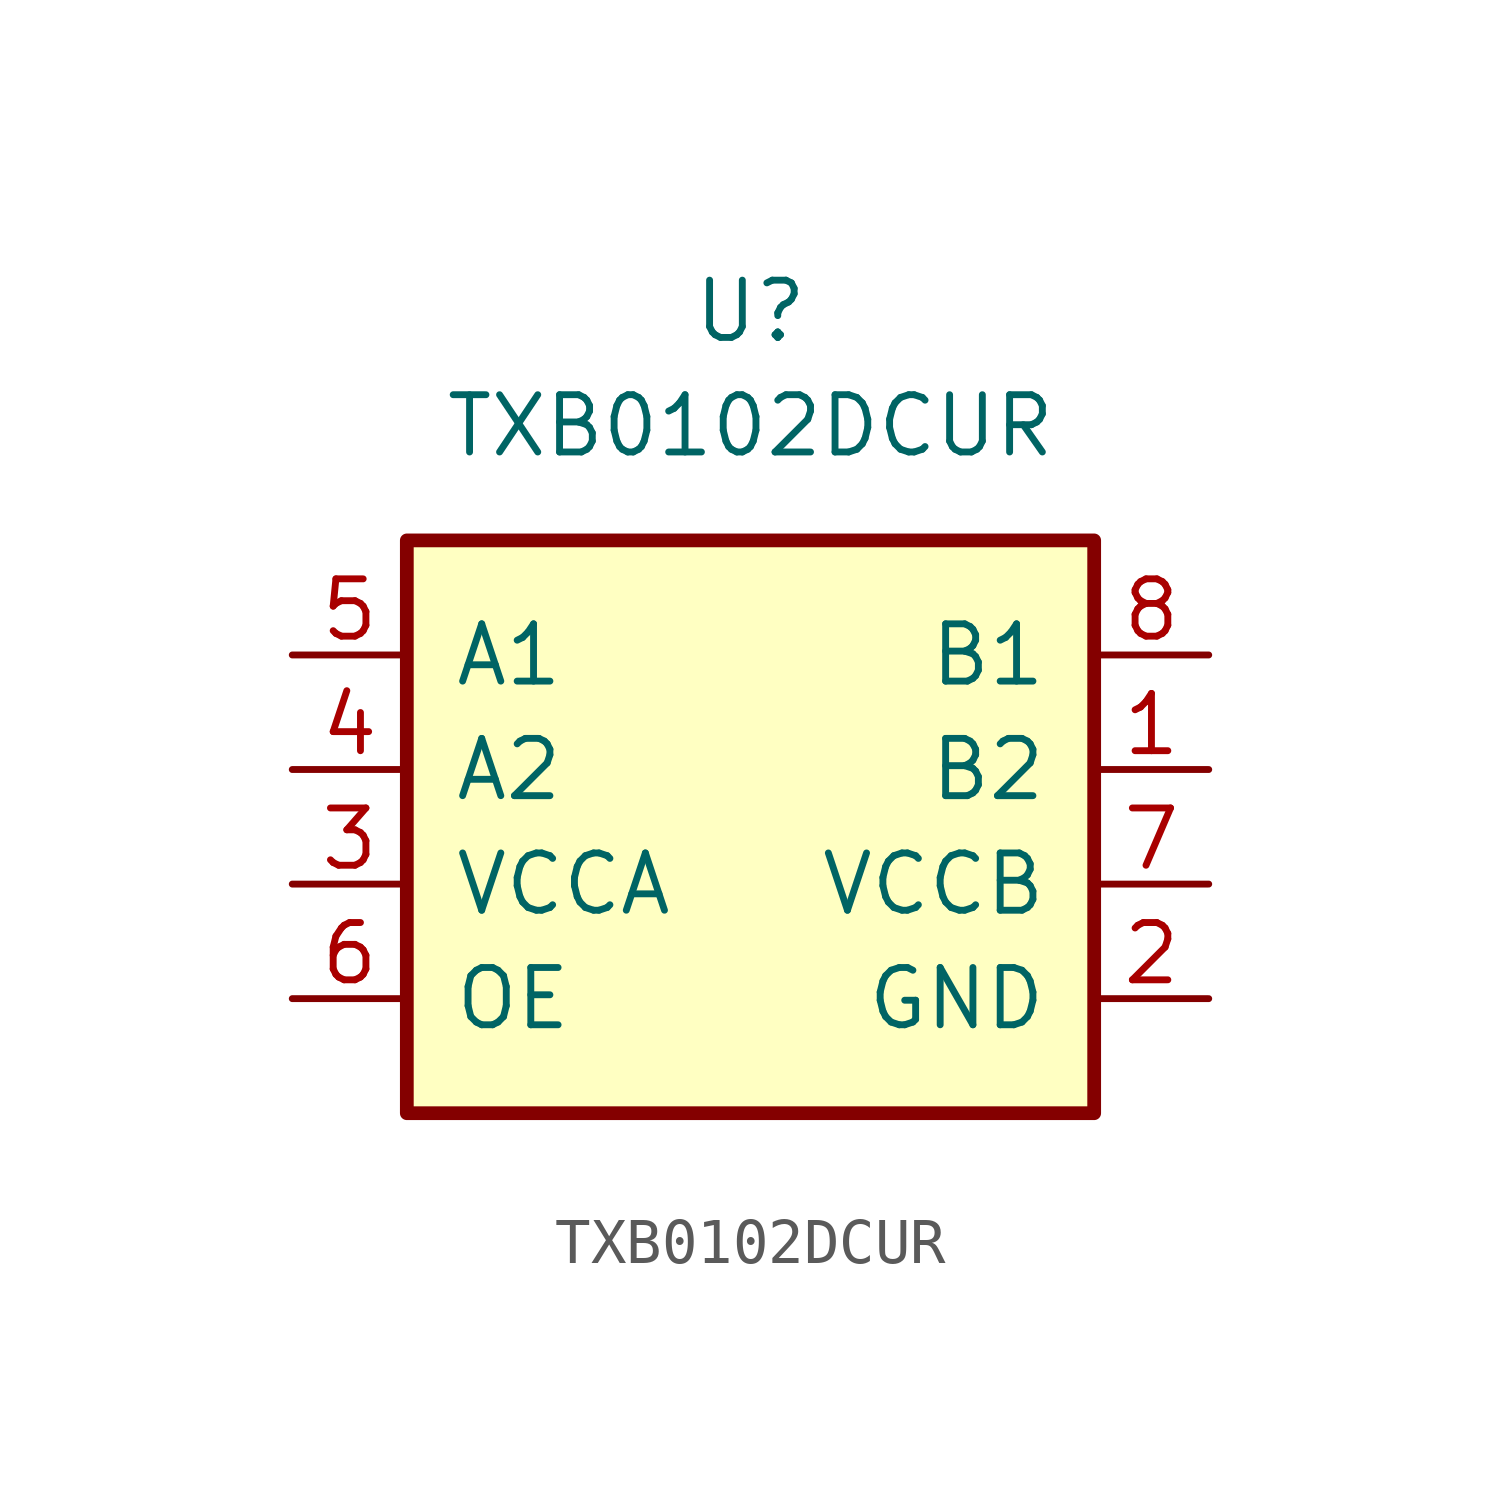
<source format=kicad_sym>
(kicad_symbol_lib
  (version 20211014)
  (generator kicad_symbol_editor)
  (symbol "TXB0102DCUR"
    (pin_names
      (offset 1.016))
    (property "Reference" "U"
      (at 0 10.16 0)
      (effects (font (size 1.27 1.27))))
    (property "Value" "TXB0102DCUR"
      (at 0 7.62 0)
      (effects (font (size 1.27 1.27))))
    (symbol "TXB0102DCUR_0_1"
      (rectangle (start -7.62 5.08) (end 7.62 -7.62) (stroke (width 0.305) (type default) (color 0 0 0 0)) (fill (type background))))
    (symbol "TXB0102DCUR_1_1"
      (pin bidirectional line (at 10.16 0 180) (length 2.54) (name "B2" (effects (font (size 1.27 1.27)))) (number "1" (effects (font (size 1.27 1.27)))))
      (pin power_in line (at 10.16 -5.08 180) (length 2.54) (name "GND" (effects (font (size 1.27 1.27)))) (number "2" (effects (font (size 1.27 1.27)))))
      (pin power_in line (at -10.16 -2.54 0) (length 2.54) (name "VCCA" (effects (font (size 1.27 1.27)))) (number "3" (effects (font (size 1.27 1.27)))))
      (pin bidirectional line (at -10.16 0 0) (length 2.54) (name "A2" (effects (font (size 1.27 1.27)))) (number "4" (effects (font (size 1.27 1.27)))))
      (pin bidirectional line (at -10.16 2.54 0) (length 2.54) (name "A1" (effects (font (size 1.27 1.27)))) (number "5" (effects (font (size 1.27 1.27)))))
      (pin input line (at -10.16 -5.08 0) (length 2.54) (name "OE" (effects (font (size 1.27 1.27)))) (number "6" (effects (font (size 1.27 1.27)))))
      (pin power_in line (at 10.16 -2.54 180) (length 2.54) (name "VCCB" (effects (font (size 1.27 1.27)))) (number "7" (effects (font (size 1.27 1.27)))))
      (pin bidirectional line (at 10.16 2.54 180) (length 2.54) (name "B1" (effects (font (size 1.27 1.27)))) (number "8" (effects (font (size 1.27 1.27))))))))
</source>
